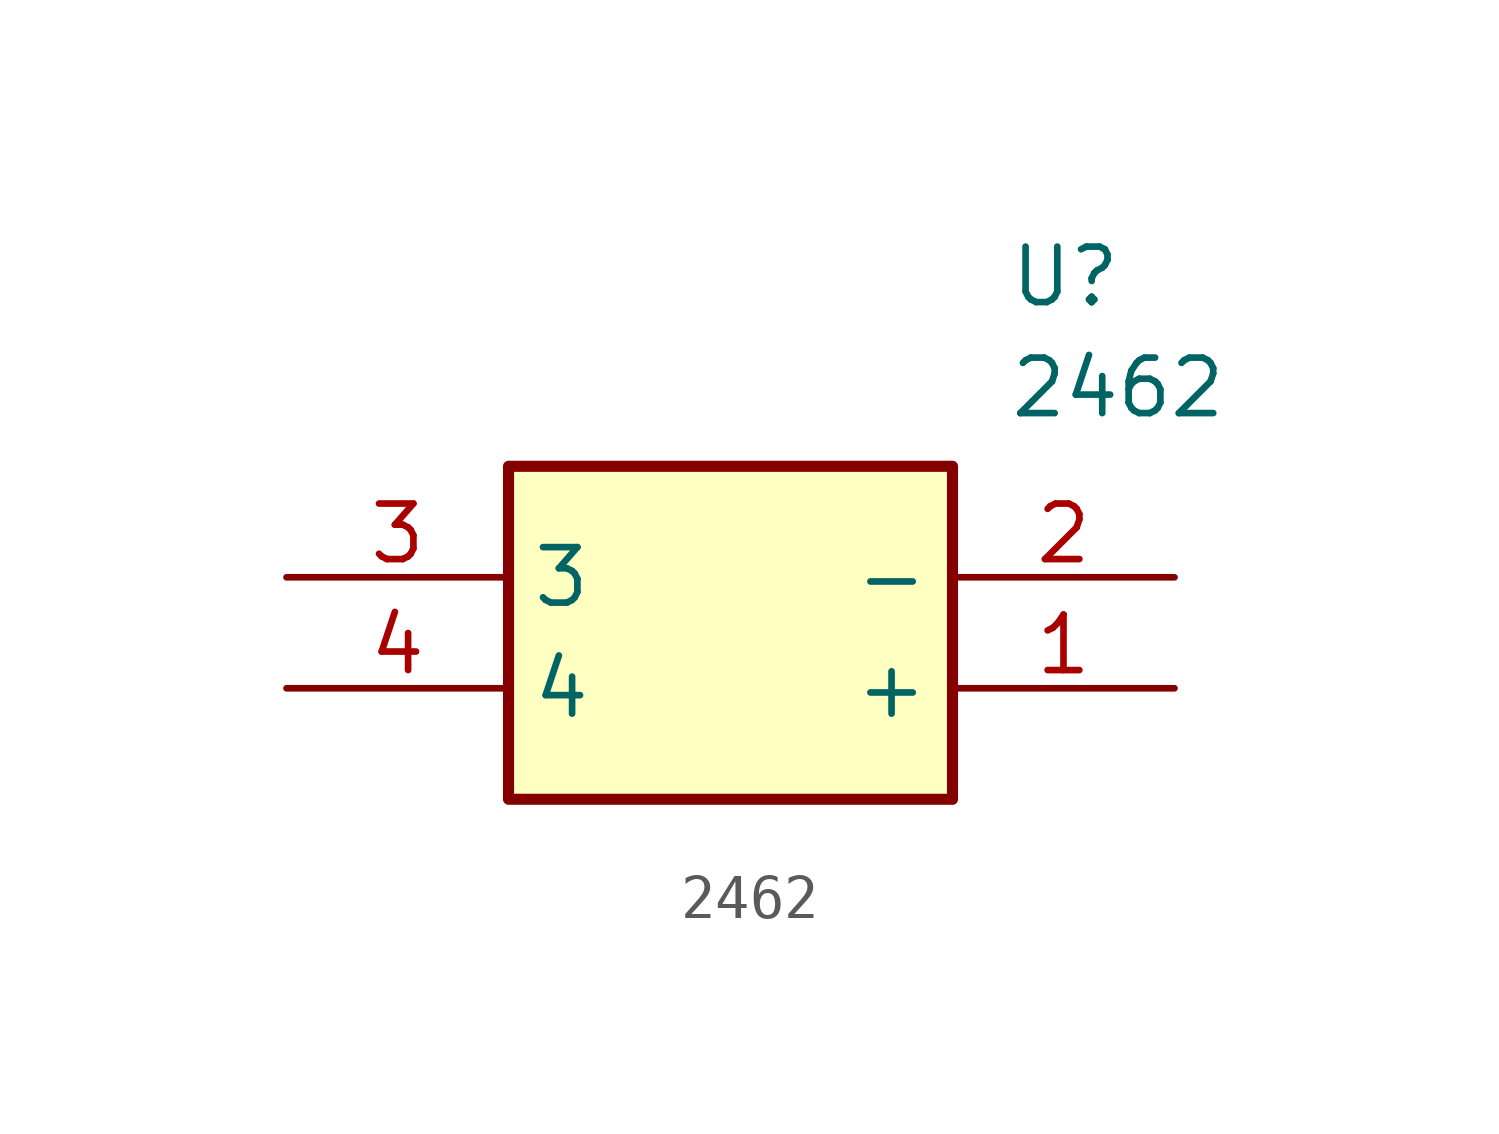
<source format=kicad_sym>
(kicad_symbol_lib
  (version 20241209)
  (generator "kicad_symbol_editor")
  (generator_version "9.0")
  (symbol "2462"
    (property "Reference" "U"
      (at 16.51 7.62 0)
      (effects (font (size 1.27 1.27)) (justify left top)))
    (property "Value" "2462"
      (at 16.51 5.08 0)
      (effects (font (size 1.27 1.27)) (justify left top)))
    (symbol "2462_1_1"
      (rectangle (start 5.08 2.54) (end 15.24 -5.08) (stroke (width 0.254) (type default)) (fill (type background)))
      (pin passive line (at 0 0 0) (length 5.08) (name "3" (effects (font (size 1.27 1.27)))) (number "3" (effects (font (size 1.27 1.27)))))
      (pin passive line (at 0 -2.54 0) (length 5.08) (name "4" (effects (font (size 1.27 1.27)))) (number "4" (effects (font (size 1.27 1.27)))))
      (pin passive line (at 20.32 0 180) (length 5.08) (name "-" (effects (font (size 1.27 1.27)))) (number "2" (effects (font (size 1.27 1.27)))))
      (pin passive line (at 20.32 -2.54 180) (length 5.08) (name "+" (effects (font (size 1.27 1.27)))) (number "1" (effects (font (size 1.27 1.27))))))))
</source>
